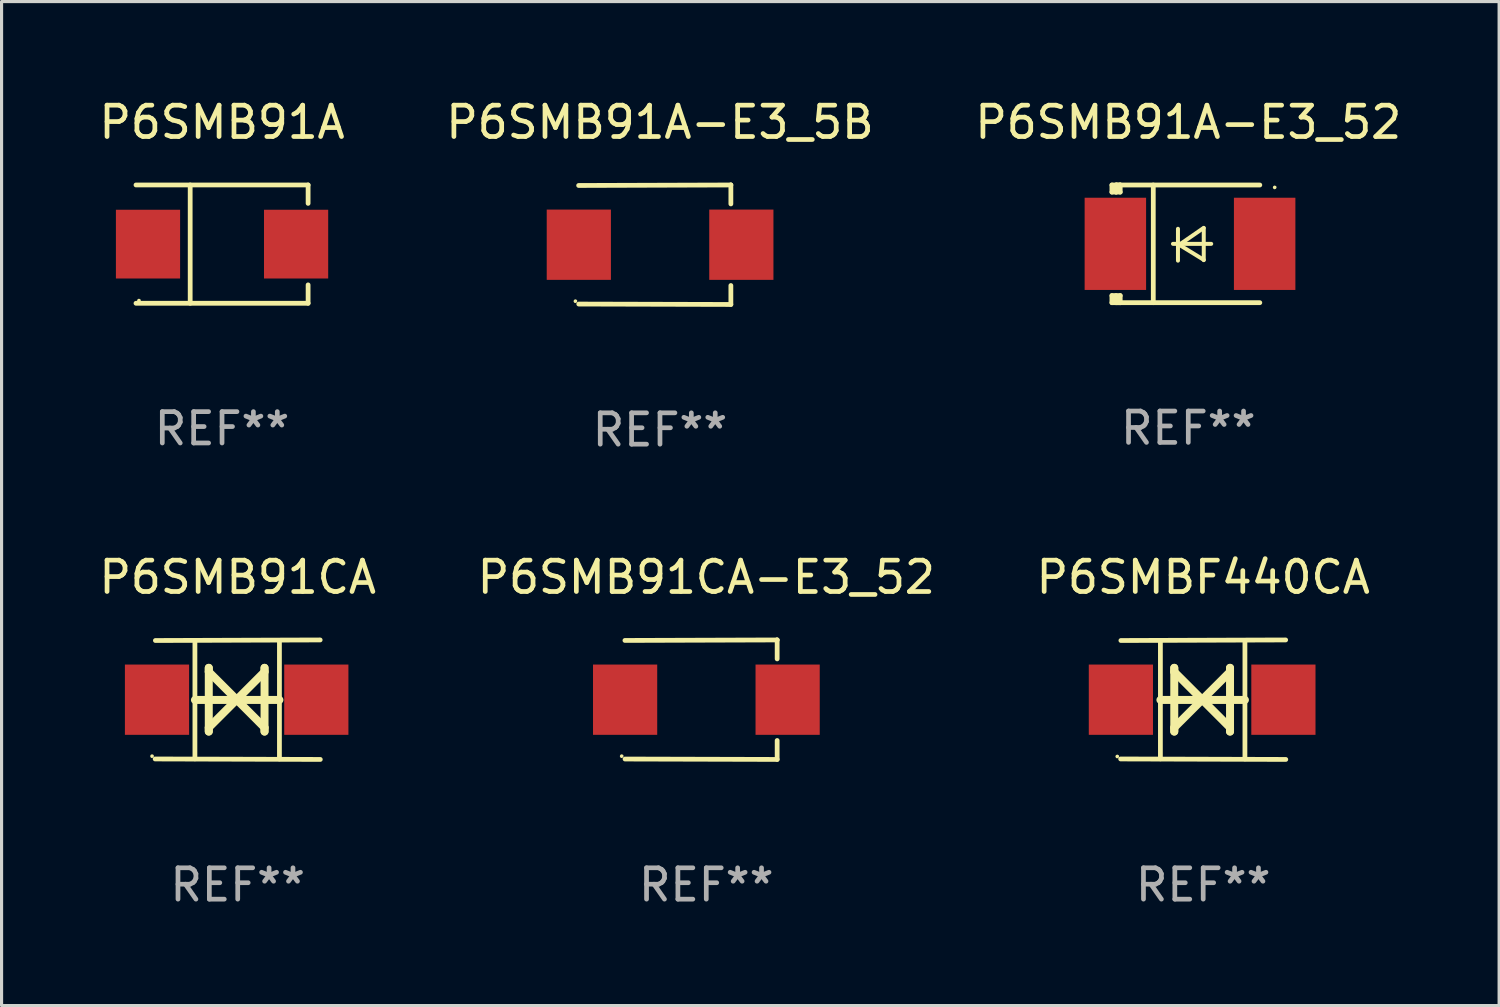
<source format=kicad_pcb>
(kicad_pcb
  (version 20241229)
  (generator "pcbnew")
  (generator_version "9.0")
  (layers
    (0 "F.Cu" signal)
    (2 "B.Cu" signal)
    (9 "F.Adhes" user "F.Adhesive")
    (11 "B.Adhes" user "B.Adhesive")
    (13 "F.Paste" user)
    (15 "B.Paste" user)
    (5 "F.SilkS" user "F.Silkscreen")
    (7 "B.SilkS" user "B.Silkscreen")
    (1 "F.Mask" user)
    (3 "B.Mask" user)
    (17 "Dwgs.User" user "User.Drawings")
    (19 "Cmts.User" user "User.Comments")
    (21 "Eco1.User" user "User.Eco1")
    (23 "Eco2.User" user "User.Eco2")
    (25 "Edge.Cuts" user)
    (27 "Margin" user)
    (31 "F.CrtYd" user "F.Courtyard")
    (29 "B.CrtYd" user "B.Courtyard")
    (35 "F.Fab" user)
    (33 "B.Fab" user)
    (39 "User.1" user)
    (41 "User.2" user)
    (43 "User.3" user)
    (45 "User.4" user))
  (footprint "P6SMB91A-E3_5B"
    (layer "F.Cu")
    (at 17.994 4.753)
    (property "Reference" "P6SMB91A-E3_5B" (at 0 -3.905 0) (layer "F.SilkS") (effects (font (size 1 1) (thickness 0.15))))
    (attr through_hole)
    (fp_line (start 2.256 -1.905) (end -2.594 -1.889) (stroke (width 0.152) (type solid)) (layer "F.SilkS"))
    (fp_line (start 2.256 -1.905) (end 2.26 -1.905) (stroke (width 0.152) (type solid)) (layer "F.SilkS"))
    (fp_line (start 2.26 -1.905) (end 2.26 -1.301) (stroke (width 0.152) (type solid)) (layer "F.SilkS"))
    (fp_line (start 2.26 1.301) (end 2.26 1.905) (stroke (width 0.152) (type solid)) (layer "F.SilkS"))
    (fp_line (start 2.26 1.905) (end -2.59 1.892) (stroke (width 0.152) (type solid)) (layer "F.SilkS"))
    (fp_circle (center -2.697 1.8) (end -2.667 1.8) (stroke (width 0.06) (type solid)) (fill no) (layer "F.SilkS"))
    (fp_text user "REF**" (at 0 5.905 0) (layer "F.Fab") (effects (font (size 1 1) (thickness 0.15))))
    (pad "1" smd rect (at -2.588 0) (size 2.047 2.241) (layers "F.Cu" "F.Mask" "F.Paste"))
    (pad "2" smd rect (at 2.594 0) (size 2.047 2.241) (layers "F.Cu" "F.Mask" "F.Paste")))
  (footprint "P6SMB91A-E3_52"
    (layer "F.Cu")
    (at 34.839 4.725)
    (property "Reference" "P6SMB91A-E3_52" (at 0 -3.876 0) (layer "F.SilkS") (effects (font (size 1 1) (thickness 0.15))))
    (attr through_hole)
    (fp_line (start -2.435 1.65) (end -2.171 1.65) (stroke (width 0.152) (type solid)) (layer "F.SilkS"))
    (fp_line (start -2.435 1.876) (end -2.435 1.65) (stroke (width 0.152) (type solid)) (layer "F.SilkS"))
    (fp_line (start -2.435 -1.876) (end -2.171 -1.876) (stroke (width 0.152) (type solid)) (layer "F.SilkS"))
    (fp_line (start -2.435 -1.65) (end -2.435 -1.876) (stroke (width 0.152) (type solid)) (layer "F.SilkS"))
    (fp_line (start -2.305 -1.866) (end -2.295 -1.876) (stroke (width 0.152) (type solid)) (layer "F.SilkS"))
    (fp_line (start -2.305 -1.65) (end -2.305 -1.866) (stroke (width 0.152) (type solid)) (layer "F.SilkS"))
    (fp_line (start -2.305 1.876) (end -2.305 1.65) (stroke (width 0.152) (type solid)) (layer "F.SilkS"))
    (fp_line (start -2.295 -1.876) (end -2.295 -1.65) (stroke (width 0.152) (type solid)) (layer "F.SilkS"))
    (fp_line (start -2.171 1.876) (end -2.435 1.876) (stroke (width 0.152) (type solid)) (layer "F.SilkS"))
    (fp_line (start -2.171 -1.65) (end -2.435 -1.65) (stroke (width 0.152) (type solid)) (layer "F.SilkS"))
    (fp_line (start -2.171 -1.876) (end -2.295 -1.876) (stroke (width 0.152) (type solid)) (layer "F.SilkS"))
    (fp_line (start -2.171 -1.65) (end -2.171 -1.876) (stroke (width 0.152) (type solid)) (layer "F.SilkS"))
    (fp_line (start -2.171 1.876) (end -2.305 1.876) (stroke (width 0.152) (type solid)) (layer "F.SilkS"))
    (fp_line (start -2.171 1.876) (end -2.171 1.65) (stroke (width 0.152) (type solid)) (layer "F.SilkS"))
    (fp_line (start -1.116 1.876) (end -1.116 -1.876) (stroke (width 0.152) (type solid)) (layer "F.SilkS"))
    (fp_line (start -0.488 0.000102) (end 0.731 0.000102) (stroke (width 0.127) (type solid)) (layer "F.SilkS"))
    (fp_line (start -0.329 -0.48) (end -0.329 0.536) (stroke (width 0.127) (type solid)) (layer "F.SilkS"))
    (fp_line (start -0.29 0.03) (end 0.493 0.51) (stroke (width 0.127) (type solid)) (layer "F.SilkS"))
    (fp_line (start 0.493 -0.51) (end -0.29 0.03) (stroke (width 0.127) (type solid)) (layer "F.SilkS"))
    (fp_line (start 0.493 0.52) (end 0.493 -0.496) (stroke (width 0.127) (type solid)) (layer "F.SilkS"))
    (fp_line (start 2.281 -1.876) (end -2.171 -1.876) (stroke (width 0.152) (type solid)) (layer "F.SilkS"))
    (fp_line (start 2.281 1.876) (end -2.171 1.876) (stroke (width 0.152) (type solid)) (layer "F.SilkS"))
    (fp_circle (center 2.755 -1.8) (end 2.785 -1.8) (stroke (width 0.06) (type solid)) (fill no) (layer "F.SilkS"))
    (fp_text user "REF**" (at 0 5.876 0) (layer "F.Fab") (effects (font (size 1 1) (thickness 0.15))))
    (pad "1" smd rect (at 2.435 -0.000025 180) (size 1.96 2.94) (layers "F.Cu" "F.Mask" "F.Paste"))
    (pad "2" smd rect (at -2.325 -0.000025 180) (size 1.96 2.94) (layers "F.Cu" "F.Mask" "F.Paste")))
  (footprint "P6SMB91A"
    (layer "F.Cu")
    (at 4.03 4.734)
    (property "Reference" "P6SMB91A" (at 0 -3.886 0) (layer "F.SilkS") (effects (font (size 1 1) (thickness 0.15))))
    (attr through_hole)
    (fp_line (start -2.744 -1.886) (end 2.744 -1.886) (stroke (width 0.152) (type solid)) (layer "F.SilkS"))
    (fp_line (start -2.744 1.886) (end 2.744 1.886) (stroke (width 0.152) (type solid)) (layer "F.SilkS"))
    (fp_line (start -1.016 -1.886) (end -1.016 1.886) (stroke (width 0.152) (type solid)) (layer "F.SilkS"))
    (fp_line (start 2.744 -1.886) (end 2.744 -1.299) (stroke (width 0.152) (type solid)) (layer "F.SilkS"))
    (fp_line (start 2.744 1.886) (end 2.744 1.299) (stroke (width 0.152) (type solid)) (layer "F.SilkS"))
    (fp_circle (center -2.65 1.8) (end -2.62 1.8) (stroke (width 0.06) (type solid)) (fill no) (layer "F.SilkS"))
    (fp_text user "REF**" (at 0 5.886 0) (layer "F.Fab") (effects (font (size 1 1) (thickness 0.15))))
    (pad "1" smd rect (at -2.361 0) (size 2.047 2.192) (layers "F.Cu" "F.Mask" "F.Paste"))
    (pad "2" smd rect (at 2.361 0) (size 2.047 2.192) (layers "F.Cu" "F.Mask" "F.Paste")))
  (footprint "P6SMBF440CA"
    (layer "F.Cu")
    (at 35.315 19.26)
    (property "Reference" "P6SMBF440CA" (at 0 -3.905 0) (layer "F.SilkS") (effects (font (size 1 1) (thickness 0.15))))
    (attr through_hole)
    (fp_line (start -1.365 1.886) (end -1.365 -1.886) (stroke (width 0.152) (type solid)) (layer "F.SilkS"))
    (fp_line (start -1.365 0.008) (end 1.33 0.008) (stroke (width 0.254) (type solid)) (layer "F.SilkS"))
    (fp_line (start -0.923 -1.016) (end -0.923 1.016) (stroke (width 0.254) (type solid)) (layer "F.SilkS"))
    (fp_line (start -0.923 -0.889) (end -0.923 -1.016) (stroke (width 0.254) (type solid)) (layer "F.SilkS"))
    (fp_line (start -0.923 0.889) (end -0.034 0) (stroke (width 0.254) (type solid)) (layer "F.SilkS"))
    (fp_line (start -0.923 1.016) (end -0.923 0.889) (stroke (width 0.254) (type solid)) (layer "F.SilkS"))
    (fp_line (start -0.034 0) (end -0.923 -0.889) (stroke (width 0.254) (type solid)) (layer "F.SilkS"))
    (fp_line (start -0.034 0) (end 0.855 0.889) (stroke (width 0.254) (type solid)) (layer "F.SilkS"))
    (fp_line (start 0.855 -1.016) (end 0.855 -0.889) (stroke (width 0.254) (type solid)) (layer "F.SilkS"))
    (fp_line (start 0.855 -0.889) (end -0.034 0) (stroke (width 0.254) (type solid)) (layer "F.SilkS"))
    (fp_line (start 0.855 0.889) (end 0.855 1.016) (stroke (width 0.254) (type solid)) (layer "F.SilkS"))
    (fp_line (start 0.855 1.016) (end 0.855 -1.016) (stroke (width 0.254) (type solid)) (layer "F.SilkS"))
    (fp_line (start 1.33 1.886) (end 1.33 -1.886) (stroke (width 0.152) (type solid)) (layer "F.SilkS"))
    (fp_line (start 2.629 -1.905) (end -2.625 -1.887) (stroke (width 0.152) (type solid)) (layer "F.SilkS"))
    (fp_line (start 2.633 1.905) (end -2.633 1.89) (stroke (width 0.152) (type solid)) (layer "F.SilkS"))
    (fp_circle (center -2.741 1.81) (end -2.711 1.81) (stroke (width 0.06) (type solid)) (fill no) (layer "F.SilkS"))
    (fp_text user "REF**" (at 0 5.905 0) (layer "F.Fab") (effects (font (size 1 1) (thickness 0.15))))
    (pad "1" smd rect (at -2.625 0) (size 2.047 2.241) (layers "F.Cu" "F.Mask" "F.Paste"))
    (pad "2" smd rect (at 2.557 0) (size 2.047 2.241) (layers "F.Cu" "F.Mask" "F.Paste")))
  (footprint "P6SMB91CA-E3_52"
    (layer "F.Cu")
    (at 19.47 19.26)
    (property "Reference" "P6SMB91CA-E3_52" (at 0 -3.905 0) (layer "F.SilkS") (effects (font (size 1 1) (thickness 0.15))))
    (attr through_hole)
    (fp_line (start 2.256 -1.905) (end -2.594 -1.889) (stroke (width 0.152) (type solid)) (layer "F.SilkS"))
    (fp_line (start 2.256 -1.905) (end 2.26 -1.905) (stroke (width 0.152) (type solid)) (layer "F.SilkS"))
    (fp_line (start 2.26 -1.905) (end 2.26 -1.301) (stroke (width 0.152) (type solid)) (layer "F.SilkS"))
    (fp_line (start 2.26 1.301) (end 2.26 1.905) (stroke (width 0.152) (type solid)) (layer "F.SilkS"))
    (fp_line (start 2.26 1.905) (end -2.59 1.892) (stroke (width 0.152) (type solid)) (layer "F.SilkS"))
    (fp_circle (center -2.697 1.8) (end -2.667 1.8) (stroke (width 0.06) (type solid)) (fill no) (layer "F.SilkS"))
    (fp_text user "REF**" (at 0 5.905 0) (layer "F.Fab") (effects (font (size 1 1) (thickness 0.15))))
    (pad "1" smd rect (at -2.588 0) (size 2.047 2.241) (layers "F.Cu" "F.Mask" "F.Paste"))
    (pad "2" smd rect (at 2.594 0) (size 2.047 2.241) (layers "F.Cu" "F.Mask" "F.Paste")))
  (footprint "P6SMB91CA"
    (layer "F.Cu")
    (at 4.53 19.26)
    (property "Reference" "P6SMB91CA" (at 0 -3.905 0) (layer "F.SilkS") (effects (font (size 1 1) (thickness 0.15))))
    (attr through_hole)
    (fp_line (start -1.365 1.886) (end -1.365 -1.886) (stroke (width 0.152) (type solid)) (layer "F.SilkS"))
    (fp_line (start -1.365 0.008) (end 1.33 0.008) (stroke (width 0.254) (type solid)) (layer "F.SilkS"))
    (fp_line (start -0.923 -1.016) (end -0.923 1.016) (stroke (width 0.254) (type solid)) (layer "F.SilkS"))
    (fp_line (start -0.923 -0.889) (end -0.923 -1.016) (stroke (width 0.254) (type solid)) (layer "F.SilkS"))
    (fp_line (start -0.923 0.889) (end -0.034 0) (stroke (width 0.254) (type solid)) (layer "F.SilkS"))
    (fp_line (start -0.923 1.016) (end -0.923 0.889) (stroke (width 0.254) (type solid)) (layer "F.SilkS"))
    (fp_line (start -0.034 0) (end -0.923 -0.889) (stroke (width 0.254) (type solid)) (layer "F.SilkS"))
    (fp_line (start -0.034 0) (end 0.855 0.889) (stroke (width 0.254) (type solid)) (layer "F.SilkS"))
    (fp_line (start 0.855 -1.016) (end 0.855 -0.889) (stroke (width 0.254) (type solid)) (layer "F.SilkS"))
    (fp_line (start 0.855 -0.889) (end -0.034 0) (stroke (width 0.254) (type solid)) (layer "F.SilkS"))
    (fp_line (start 0.855 0.889) (end 0.855 1.016) (stroke (width 0.254) (type solid)) (layer "F.SilkS"))
    (fp_line (start 0.855 1.016) (end 0.855 -1.016) (stroke (width 0.254) (type solid)) (layer "F.SilkS"))
    (fp_line (start 1.33 1.886) (end 1.33 -1.886) (stroke (width 0.152) (type solid)) (layer "F.SilkS"))
    (fp_line (start 2.629 -1.905) (end -2.625 -1.887) (stroke (width 0.152) (type solid)) (layer "F.SilkS"))
    (fp_line (start 2.633 1.905) (end -2.633 1.89) (stroke (width 0.152) (type solid)) (layer "F.SilkS"))
    (fp_circle (center -2.732 1.8) (end -2.702 1.8) (stroke (width 0.06) (type solid)) (fill no) (layer "F.SilkS"))
    (fp_text user "REF**" (at 0 5.905 0) (layer "F.Fab") (effects (font (size 1 1) (thickness 0.15))))
    (pad "1" smd rect (at -2.574 0) (size 2.047 2.241) (layers "F.Cu" "F.Mask" "F.Paste"))
    (pad "2" smd rect (at 2.506 0) (size 2.047 2.241) (layers "F.Cu" "F.Mask" "F.Paste")))
  (gr_rect
    (start -3 -3)
    (end 44.75 29.013)
    (stroke (width 0.1) (type default))
    (fill no)
    (layer "Edge.Cuts")))
</source>
